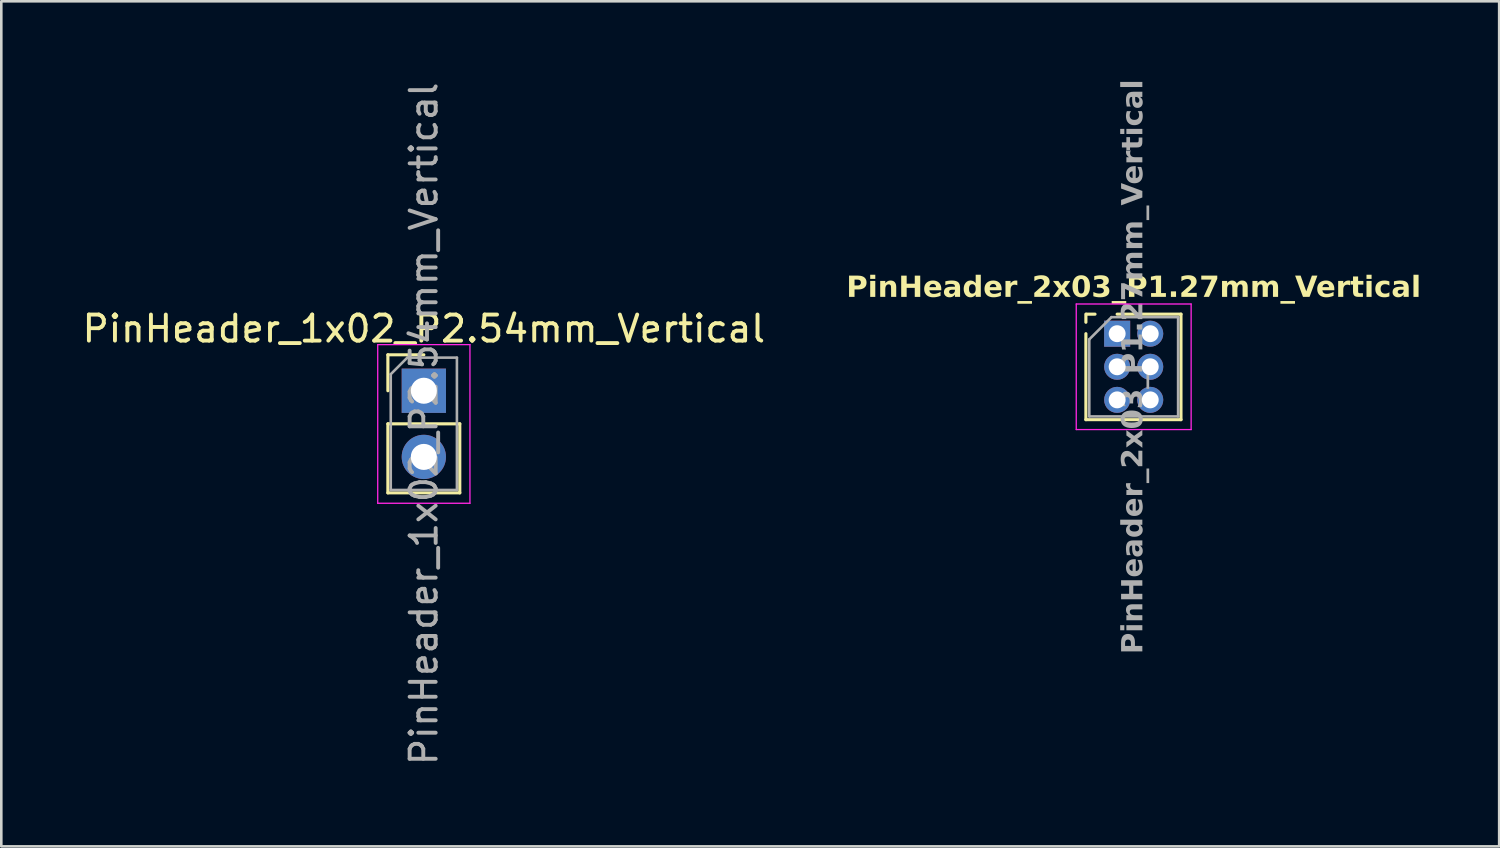
<source format=kicad_pcb>
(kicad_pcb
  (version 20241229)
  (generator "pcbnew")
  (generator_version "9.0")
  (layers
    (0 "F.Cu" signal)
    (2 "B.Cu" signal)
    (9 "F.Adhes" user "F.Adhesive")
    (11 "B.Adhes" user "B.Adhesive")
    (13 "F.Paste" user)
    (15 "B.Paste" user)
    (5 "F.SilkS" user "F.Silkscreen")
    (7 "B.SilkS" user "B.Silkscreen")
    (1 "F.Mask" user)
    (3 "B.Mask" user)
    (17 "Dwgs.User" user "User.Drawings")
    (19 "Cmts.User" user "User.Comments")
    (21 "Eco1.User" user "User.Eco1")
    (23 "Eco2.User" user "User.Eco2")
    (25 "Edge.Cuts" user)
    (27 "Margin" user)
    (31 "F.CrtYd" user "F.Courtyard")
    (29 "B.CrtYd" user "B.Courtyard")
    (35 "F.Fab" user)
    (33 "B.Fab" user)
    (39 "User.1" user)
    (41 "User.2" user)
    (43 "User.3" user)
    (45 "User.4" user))
  (footprint "PinHeader_1x02_P2.54mm_Vertical"
    (layer "F.Cu")
    (at 13.22 11.95)
    (property "Reference" "PinHeader_1x02_P2.54mm_Vertical" (at 0 -2.38 0) (layer "F.SilkS") (effects (font (size 1 1) (thickness 0.15))))
    (attr through_hole)
    (fp_line (start -1.38 -1.38) (end 0 -1.38) (stroke (width 0.12) (type solid)) (layer "F.SilkS"))
    (fp_line (start -1.38 0) (end -1.38 -1.38) (stroke (width 0.12) (type solid)) (layer "F.SilkS"))
    (fp_line (start -1.38 1.27) (end -1.38 3.92) (stroke (width 0.12) (type solid)) (layer "F.SilkS"))
    (fp_line (start -1.38 1.27) (end 1.38 1.27) (stroke (width 0.12) (type solid)) (layer "F.SilkS"))
    (fp_line (start -1.38 3.92) (end 1.38 3.92) (stroke (width 0.12) (type solid)) (layer "F.SilkS"))
    (fp_line (start 1.38 1.27) (end 1.38 3.92) (stroke (width 0.12) (type solid)) (layer "F.SilkS"))
    (fp_line (start -1.77 -1.77) (end -1.77 4.32) (stroke (width 0.05) (type solid)) (layer "F.CrtYd"))
    (fp_line (start -1.77 4.32) (end 1.77 4.32) (stroke (width 0.05) (type solid)) (layer "F.CrtYd"))
    (fp_line (start 1.77 -1.77) (end -1.77 -1.77) (stroke (width 0.05) (type solid)) (layer "F.CrtYd"))
    (fp_line (start 1.77 4.32) (end 1.77 -1.77) (stroke (width 0.05) (type solid)) (layer "F.CrtYd"))
    (fp_line (start -1.27 -0.635) (end -0.635 -1.27) (stroke (width 0.1) (type solid)) (layer "F.Fab"))
    (fp_line (start -1.27 3.81) (end -1.27 -0.635) (stroke (width 0.1) (type solid)) (layer "F.Fab"))
    (fp_line (start -0.635 -1.27) (end 1.27 -1.27) (stroke (width 0.1) (type solid)) (layer "F.Fab"))
    (fp_line (start 1.27 -1.27) (end 1.27 3.81) (stroke (width 0.1) (type solid)) (layer "F.Fab"))
    (fp_line (start 1.27 3.81) (end -1.27 3.81) (stroke (width 0.1) (type solid)) (layer "F.Fab"))
    (fp_text user "${REFERENCE}" (at 0 1.27 90) (layer "F.Fab") (effects (font (size 1 1) (thickness 0.15))))
    (pad "1" thru_hole rect (at 0 0) (size 1.7 1.7) (drill 1) (layers "*.Cu" "*.Mask"))
    (pad "2" thru_hole circle (at 0 2.54) (size 1.7 1.7) (drill 1) (layers "*.Cu" "*.Mask")))
  (footprint "PinHeader_2x03_P1.27mm_Vertical"
    (layer "F.Cu")
    (at 39.835 9.76)
    (property "Reference" "PinHeader_2x03_P1.27mm_Vertical" (at 0.635 -1.745 0) (layer "F.SilkS") (effects (font (face "JetBrains Mono SemiBold") (size 0.8 0.8) (thickness 0.1))))
    (attr through_hole)
    (fp_line (start -1.2 -0.44) (end -1.2 -0.75) (stroke (width 0.12) (type solid)) (layer "F.SilkS"))
    (fp_line (start -1.2 0) (end -1.2 3.3) (stroke (width 0.12) (type solid)) (layer "F.SilkS"))
    (fp_line (start -1.2 3.3) (end 2.45 3.3) (stroke (width 0.12) (type solid)) (layer "F.SilkS"))
    (fp_line (start -1.18 -0.75) (end -0.85 -0.75) (stroke (width 0.12) (type solid)) (layer "F.SilkS"))
    (fp_line (start 0 -0.75) (end 2.45 -0.75) (stroke (width 0.12) (type solid)) (layer "F.SilkS"))
    (fp_line (start 2.45 -0.75) (end 2.45 3.3) (stroke (width 0.12) (type solid)) (layer "F.SilkS"))
    (fp_line (start -1.57 -1.14) (end -1.57 3.68) (stroke (width 0.05) (type solid)) (layer "F.CrtYd"))
    (fp_line (start -1.57 3.68) (end 2.84 3.68) (stroke (width 0.05) (type solid)) (layer "F.CrtYd"))
    (fp_line (start 2.84 -1.14) (end -1.57 -1.14) (stroke (width 0.05) (type solid)) (layer "F.CrtYd"))
    (fp_line (start 2.84 3.68) (end 2.84 -1.14) (stroke (width 0.05) (type solid)) (layer "F.CrtYd"))
    (fp_line (start -1.07 0.217) (end -0.217 -0.635) (stroke (width 0.1) (type solid)) (layer "F.Fab"))
    (fp_line (start -1.07 3.175) (end -1.07 0.217) (stroke (width 0.1) (type solid)) (layer "F.Fab"))
    (fp_line (start -0.217 -0.635) (end 2.34 -0.635) (stroke (width 0.1) (type solid)) (layer "F.Fab"))
    (fp_line (start 2.34 -0.635) (end 2.34 3.175) (stroke (width 0.1) (type solid)) (layer "F.Fab"))
    (fp_line (start 2.34 3.175) (end -1.07 3.175) (stroke (width 0.1) (type solid)) (layer "F.Fab"))
    (fp_text user "${REFERENCE}" (at 0.635 1.27 90) (layer "F.Fab") (effects (font (face "JetBrains Mono SemiBold") (size 0.8 0.8) (thickness 0.15))))
    (pad "1" thru_hole rect (at 0 0) (size 1 1) (drill 0.65) (layers "*.Cu" "*.Mask"))
    (pad "2" thru_hole circle (at 1.27 0) (size 1 1) (drill 0.65) (layers "*.Cu" "*.Mask"))
    (pad "3" thru_hole circle (at 0 1.27) (size 1 1) (drill 0.65) (layers "*.Cu" "*.Mask"))
    (pad "4" thru_hole circle (at 1.27 1.27) (size 1 1) (drill 0.65) (layers "*.Cu" "*.Mask"))
    (pad "5" thru_hole circle (at 0 2.54) (size 1 1) (drill 0.65) (layers "*.Cu" "*.Mask"))
    (pad "6" thru_hole circle (at 1.27 2.54) (size 1 1) (drill 0.65) (layers "*.Cu" "*.Mask")))
  (gr_rect
    (start -3 -3)
    (end 54.5 29.44)
    (stroke (width 0.1) (type default))
    (fill no)
    (layer "Edge.Cuts")))
</source>
